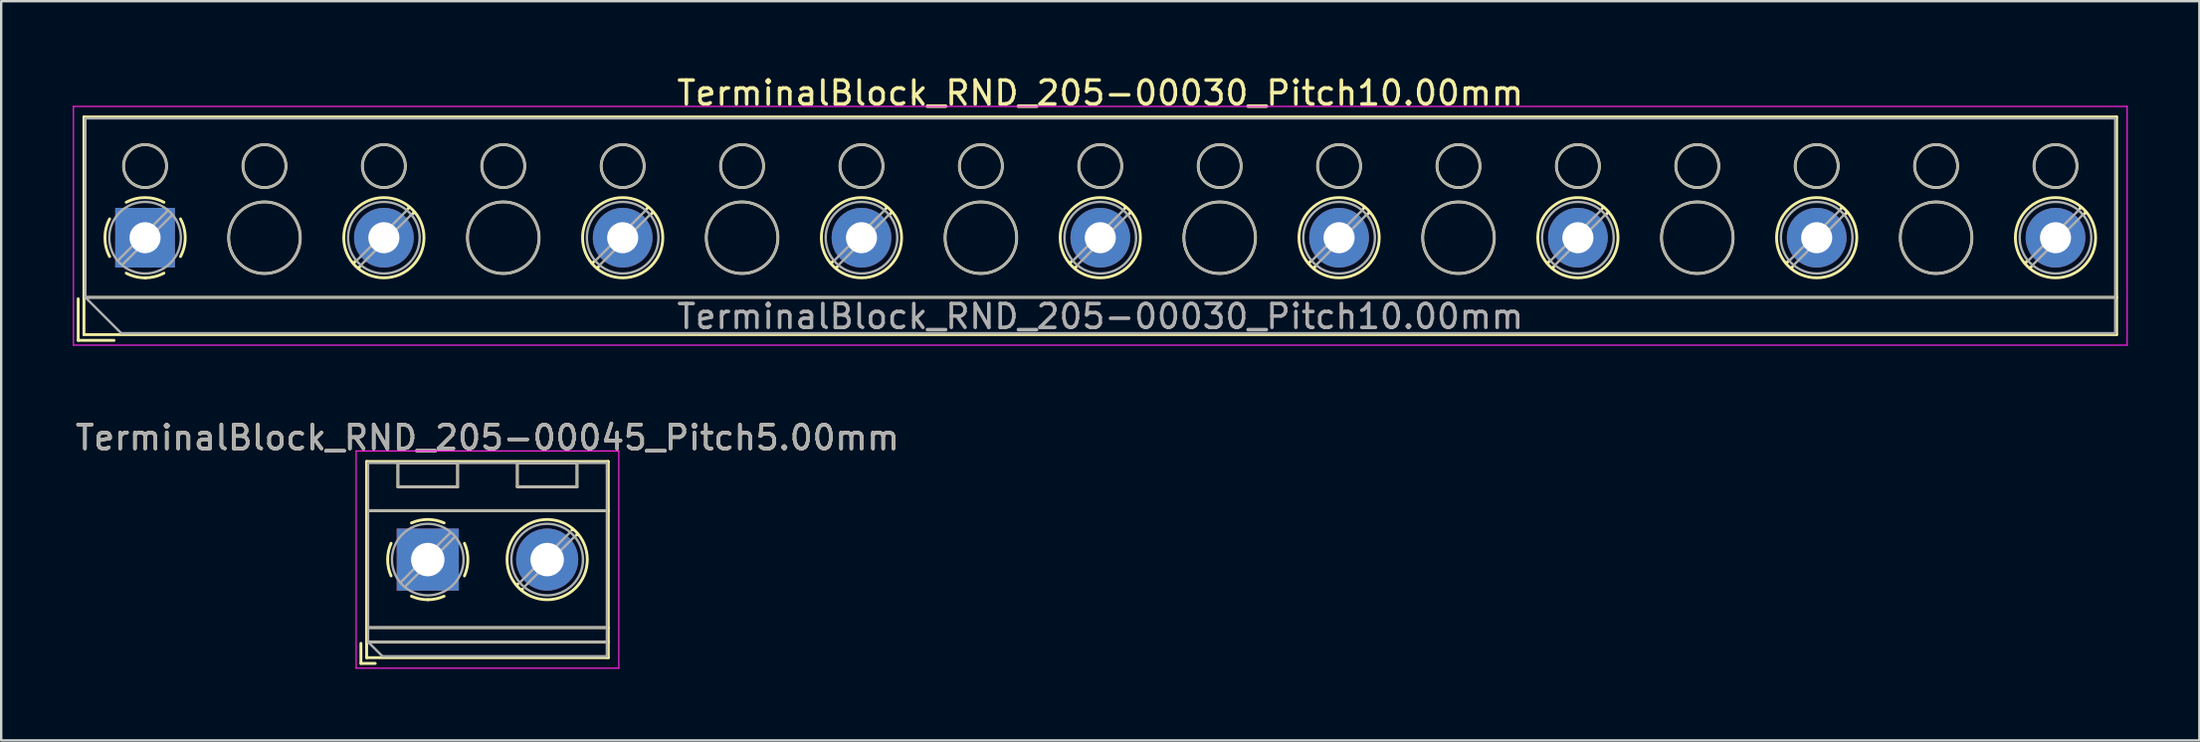
<source format=kicad_pcb>
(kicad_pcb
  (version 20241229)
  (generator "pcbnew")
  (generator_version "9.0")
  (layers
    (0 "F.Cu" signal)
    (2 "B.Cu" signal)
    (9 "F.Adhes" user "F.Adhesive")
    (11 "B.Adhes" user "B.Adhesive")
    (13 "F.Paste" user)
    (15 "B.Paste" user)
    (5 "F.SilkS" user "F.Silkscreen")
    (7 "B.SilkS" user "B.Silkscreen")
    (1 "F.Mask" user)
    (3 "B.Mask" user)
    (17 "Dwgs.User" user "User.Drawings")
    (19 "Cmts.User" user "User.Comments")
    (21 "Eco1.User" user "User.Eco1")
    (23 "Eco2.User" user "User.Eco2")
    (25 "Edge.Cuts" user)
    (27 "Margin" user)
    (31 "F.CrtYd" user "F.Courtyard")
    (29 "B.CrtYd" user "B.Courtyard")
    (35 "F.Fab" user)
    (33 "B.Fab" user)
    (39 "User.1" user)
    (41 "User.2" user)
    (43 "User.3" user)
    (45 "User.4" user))
  (footprint "TerminalBlock_RND_205-00030_Pitch10.00mm"
    (layer "F.Cu")
    (at 3.025 6.908)
    (property "Reference" "TerminalBlock_RND_205-00030_Pitch10.00mm" (at 40 -6.06 0) (layer "F.SilkS") (effects (font (size 1 1) (thickness 0.15))))
    (attr through_hole)
    (fp_line (start -2.8 2.56) (end -2.8 4.3) (stroke (width 0.12) (type solid)) (layer "F.SilkS"))
    (fp_line (start -2.8 4.3) (end -1.3 4.3) (stroke (width 0.12) (type solid)) (layer "F.SilkS"))
    (fp_line (start -2.56 -5.06) (end -2.56 4.06) (stroke (width 0.12) (type solid)) (layer "F.SilkS"))
    (fp_line (start -2.56 2.5) (end 82.56 2.5) (stroke (width 0.12) (type solid)) (layer "F.SilkS"))
    (fp_line (start -2.56 4.06) (end 82.56 4.06) (stroke (width 0.12) (type solid)) (layer "F.SilkS"))
    (fp_line (start 8.82 0.976) (end 8.726 1.069) (stroke (width 0.12) (type solid)) (layer "F.SilkS"))
    (fp_line (start 8.99 1.216) (end 8.931 1.274) (stroke (width 0.12) (type solid)) (layer "F.SilkS"))
    (fp_line (start 11.07 -1.275) (end 11.011 -1.216) (stroke (width 0.12) (type solid)) (layer "F.SilkS"))
    (fp_line (start 11.275 -1.069) (end 11.181 -0.976) (stroke (width 0.12) (type solid)) (layer "F.SilkS"))
    (fp_line (start 18.82 0.976) (end 18.726 1.069) (stroke (width 0.12) (type solid)) (layer "F.SilkS"))
    (fp_line (start 18.99 1.216) (end 18.931 1.274) (stroke (width 0.12) (type solid)) (layer "F.SilkS"))
    (fp_line (start 21.07 -1.275) (end 21.011 -1.216) (stroke (width 0.12) (type solid)) (layer "F.SilkS"))
    (fp_line (start 21.275 -1.069) (end 21.181 -0.976) (stroke (width 0.12) (type solid)) (layer "F.SilkS"))
    (fp_line (start 28.82 0.976) (end 28.726 1.069) (stroke (width 0.12) (type solid)) (layer "F.SilkS"))
    (fp_line (start 28.99 1.216) (end 28.931 1.274) (stroke (width 0.12) (type solid)) (layer "F.SilkS"))
    (fp_line (start 31.07 -1.275) (end 31.011 -1.216) (stroke (width 0.12) (type solid)) (layer "F.SilkS"))
    (fp_line (start 31.275 -1.069) (end 31.181 -0.976) (stroke (width 0.12) (type solid)) (layer "F.SilkS"))
    (fp_line (start 38.82 0.976) (end 38.726 1.069) (stroke (width 0.12) (type solid)) (layer "F.SilkS"))
    (fp_line (start 38.99 1.216) (end 38.931 1.274) (stroke (width 0.12) (type solid)) (layer "F.SilkS"))
    (fp_line (start 41.07 -1.275) (end 41.011 -1.216) (stroke (width 0.12) (type solid)) (layer "F.SilkS"))
    (fp_line (start 41.275 -1.069) (end 41.181 -0.976) (stroke (width 0.12) (type solid)) (layer "F.SilkS"))
    (fp_line (start 48.82 0.976) (end 48.726 1.069) (stroke (width 0.12) (type solid)) (layer "F.SilkS"))
    (fp_line (start 48.99 1.216) (end 48.931 1.274) (stroke (width 0.12) (type solid)) (layer "F.SilkS"))
    (fp_line (start 51.07 -1.275) (end 51.011 -1.216) (stroke (width 0.12) (type solid)) (layer "F.SilkS"))
    (fp_line (start 51.275 -1.069) (end 51.181 -0.976) (stroke (width 0.12) (type solid)) (layer "F.SilkS"))
    (fp_line (start 58.82 0.976) (end 58.726 1.069) (stroke (width 0.12) (type solid)) (layer "F.SilkS"))
    (fp_line (start 58.99 1.216) (end 58.931 1.274) (stroke (width 0.12) (type solid)) (layer "F.SilkS"))
    (fp_line (start 61.07 -1.275) (end 61.011 -1.216) (stroke (width 0.12) (type solid)) (layer "F.SilkS"))
    (fp_line (start 61.275 -1.069) (end 61.181 -0.976) (stroke (width 0.12) (type solid)) (layer "F.SilkS"))
    (fp_line (start 68.82 0.976) (end 68.726 1.069) (stroke (width 0.12) (type solid)) (layer "F.SilkS"))
    (fp_line (start 68.99 1.216) (end 68.931 1.274) (stroke (width 0.12) (type solid)) (layer "F.SilkS"))
    (fp_line (start 71.07 -1.275) (end 71.011 -1.216) (stroke (width 0.12) (type solid)) (layer "F.SilkS"))
    (fp_line (start 71.275 -1.069) (end 71.181 -0.976) (stroke (width 0.12) (type solid)) (layer "F.SilkS"))
    (fp_line (start 78.82 0.976) (end 78.726 1.069) (stroke (width 0.12) (type solid)) (layer "F.SilkS"))
    (fp_line (start 78.99 1.216) (end 78.931 1.274) (stroke (width 0.12) (type solid)) (layer "F.SilkS"))
    (fp_line (start 81.07 -1.275) (end 81.011 -1.216) (stroke (width 0.12) (type solid)) (layer "F.SilkS"))
    (fp_line (start 81.275 -1.069) (end 81.181 -0.976) (stroke (width 0.12) (type solid)) (layer "F.SilkS"))
    (fp_line (start 82.56 -5.06) (end -2.56 -5.06) (stroke (width 0.12) (type solid)) (layer "F.SilkS"))
    (fp_line (start 82.56 4.06) (end 82.56 -5.06) (stroke (width 0.12) (type solid)) (layer "F.SilkS"))
    (fp_arc (start -1.483953 0.789089) (mid -1.680708 0.00005) (end -1.484 -0.789) (stroke (width 0.12) (type solid)) (layer "F.SilkS"))
    (fp_arc (start -0.789089 -1.483953) (mid -0.00005 -1.680708) (end 0.789 -1.484) (stroke (width 0.12) (type solid)) (layer "F.SilkS"))
    (fp_arc (start 0.029383 1.68045) (mid -0.392304 1.634281) (end -0.789 1.484) (stroke (width 0.12) (type solid)) (layer "F.SilkS"))
    (fp_arc (start 0.788712 1.483352) (mid 0.406429 1.630097) (end 0 1.68) (stroke (width 0.12) (type solid)) (layer "F.SilkS"))
    (fp_arc (start 1.483953 -0.789089) (mid 1.680708 -0.00005) (end 1.484 0.789) (stroke (width 0.12) (type solid)) (layer "F.SilkS"))
    (fp_circle (center 0 -3) (end 0.9 -3) (stroke (width 0.12) (type solid)) (fill no) (layer "F.SilkS"))
    (fp_circle (center 5 -3) (end 5.9 -3) (stroke (width 0.12) (type solid)) (fill no) (layer "F.SilkS"))
    (fp_circle (center 5 0) (end 6.5 0) (stroke (width 0.12) (type solid)) (fill no) (layer "F.SilkS"))
    (fp_circle (center 10 -3) (end 10.9 -3) (stroke (width 0.12) (type solid)) (fill no) (layer "F.SilkS"))
    (fp_circle (center 10 0) (end 11.68 0) (stroke (width 0.12) (type solid)) (fill no) (layer "F.SilkS"))
    (fp_circle (center 15 -3) (end 15.9 -3) (stroke (width 0.12) (type solid)) (fill no) (layer "F.SilkS"))
    (fp_circle (center 15 0) (end 16.5 0) (stroke (width 0.12) (type solid)) (fill no) (layer "F.SilkS"))
    (fp_circle (center 20 -3) (end 20.9 -3) (stroke (width 0.12) (type solid)) (fill no) (layer "F.SilkS"))
    (fp_circle (center 20 0) (end 21.68 0) (stroke (width 0.12) (type solid)) (fill no) (layer "F.SilkS"))
    (fp_circle (center 25 -3) (end 25.9 -3) (stroke (width 0.12) (type solid)) (fill no) (layer "F.SilkS"))
    (fp_circle (center 25 0) (end 26.5 0) (stroke (width 0.12) (type solid)) (fill no) (layer "F.SilkS"))
    (fp_circle (center 30 -3) (end 30.9 -3) (stroke (width 0.12) (type solid)) (fill no) (layer "F.SilkS"))
    (fp_circle (center 30 0) (end 31.68 0) (stroke (width 0.12) (type solid)) (fill no) (layer "F.SilkS"))
    (fp_circle (center 35 -3) (end 35.9 -3) (stroke (width 0.12) (type solid)) (fill no) (layer "F.SilkS"))
    (fp_circle (center 35 0) (end 36.5 0) (stroke (width 0.12) (type solid)) (fill no) (layer "F.SilkS"))
    (fp_circle (center 40 -3) (end 40.9 -3) (stroke (width 0.12) (type solid)) (fill no) (layer "F.SilkS"))
    (fp_circle (center 40 0) (end 41.68 0) (stroke (width 0.12) (type solid)) (fill no) (layer "F.SilkS"))
    (fp_circle (center 45 -3) (end 45.9 -3) (stroke (width 0.12) (type solid)) (fill no) (layer "F.SilkS"))
    (fp_circle (center 45 0) (end 46.5 0) (stroke (width 0.12) (type solid)) (fill no) (layer "F.SilkS"))
    (fp_circle (center 50 -3) (end 50.9 -3) (stroke (width 0.12) (type solid)) (fill no) (layer "F.SilkS"))
    (fp_circle (center 50 0) (end 51.68 0) (stroke (width 0.12) (type solid)) (fill no) (layer "F.SilkS"))
    (fp_circle (center 55 -3) (end 55.9 -3) (stroke (width 0.12) (type solid)) (fill no) (layer "F.SilkS"))
    (fp_circle (center 55 0) (end 56.5 0) (stroke (width 0.12) (type solid)) (fill no) (layer "F.SilkS"))
    (fp_circle (center 60 -3) (end 60.9 -3) (stroke (width 0.12) (type solid)) (fill no) (layer "F.SilkS"))
    (fp_circle (center 60 0) (end 61.68 0) (stroke (width 0.12) (type solid)) (fill no) (layer "F.SilkS"))
    (fp_circle (center 65 -3) (end 65.9 -3) (stroke (width 0.12) (type solid)) (fill no) (layer "F.SilkS"))
    (fp_circle (center 65 0) (end 66.5 0) (stroke (width 0.12) (type solid)) (fill no) (layer "F.SilkS"))
    (fp_circle (center 70 -3) (end 70.9 -3) (stroke (width 0.12) (type solid)) (fill no) (layer "F.SilkS"))
    (fp_circle (center 70 0) (end 71.68 0) (stroke (width 0.12) (type solid)) (fill no) (layer "F.SilkS"))
    (fp_circle (center 75 -3) (end 75.9 -3) (stroke (width 0.12) (type solid)) (fill no) (layer "F.SilkS"))
    (fp_circle (center 75 0) (end 76.5 0) (stroke (width 0.12) (type solid)) (fill no) (layer "F.SilkS"))
    (fp_circle (center 80 -3) (end 80.9 -3) (stroke (width 0.12) (type solid)) (fill no) (layer "F.SilkS"))
    (fp_circle (center 80 0) (end 81.68 0) (stroke (width 0.12) (type solid)) (fill no) (layer "F.SilkS"))
    (fp_line (start -3 -5.5) (end -3 4.5) (stroke (width 0.05) (type solid)) (layer "F.CrtYd"))
    (fp_line (start -3 4.5) (end 83 4.5) (stroke (width 0.05) (type solid)) (layer "F.CrtYd"))
    (fp_line (start 83 -5.5) (end -3 -5.5) (stroke (width 0.05) (type solid)) (layer "F.CrtYd"))
    (fp_line (start 83 4.5) (end 83 -5.5) (stroke (width 0.05) (type solid)) (layer "F.CrtYd"))
    (fp_line (start -2.5 -5) (end 82.5 -5) (stroke (width 0.1) (type solid)) (layer "F.Fab"))
    (fp_line (start -2.5 2.5) (end -2.5 -5) (stroke (width 0.1) (type solid)) (layer "F.Fab"))
    (fp_line (start -2.5 2.5) (end 82.5 2.5) (stroke (width 0.1) (type solid)) (layer "F.Fab"))
    (fp_line (start -1 4) (end -2.5 2.5) (stroke (width 0.1) (type solid)) (layer "F.Fab"))
    (fp_line (start 0.955 -1.138) (end -1.138 0.955) (stroke (width 0.1) (type solid)) (layer "F.Fab"))
    (fp_line (start 1.138 -0.955) (end -0.955 1.138) (stroke (width 0.1) (type solid)) (layer "F.Fab"))
    (fp_line (start 10.955 -1.138) (end 8.863 0.955) (stroke (width 0.1) (type solid)) (layer "F.Fab"))
    (fp_line (start 11.138 -0.955) (end 9.046 1.138) (stroke (width 0.1) (type solid)) (layer "F.Fab"))
    (fp_line (start 20.955 -1.138) (end 18.863 0.955) (stroke (width 0.1) (type solid)) (layer "F.Fab"))
    (fp_line (start 21.138 -0.955) (end 19.046 1.138) (stroke (width 0.1) (type solid)) (layer "F.Fab"))
    (fp_line (start 30.955 -1.138) (end 28.863 0.955) (stroke (width 0.1) (type solid)) (layer "F.Fab"))
    (fp_line (start 31.138 -0.955) (end 29.046 1.138) (stroke (width 0.1) (type solid)) (layer "F.Fab"))
    (fp_line (start 40.955 -1.138) (end 38.863 0.955) (stroke (width 0.1) (type solid)) (layer "F.Fab"))
    (fp_line (start 41.138 -0.955) (end 39.046 1.138) (stroke (width 0.1) (type solid)) (layer "F.Fab"))
    (fp_line (start 50.955 -1.138) (end 48.863 0.955) (stroke (width 0.1) (type solid)) (layer "F.Fab"))
    (fp_line (start 51.138 -0.955) (end 49.046 1.138) (stroke (width 0.1) (type solid)) (layer "F.Fab"))
    (fp_line (start 60.955 -1.138) (end 58.863 0.955) (stroke (width 0.1) (type solid)) (layer "F.Fab"))
    (fp_line (start 61.138 -0.955) (end 59.046 1.138) (stroke (width 0.1) (type solid)) (layer "F.Fab"))
    (fp_line (start 70.955 -1.138) (end 68.863 0.955) (stroke (width 0.1) (type solid)) (layer "F.Fab"))
    (fp_line (start 71.138 -0.955) (end 69.046 1.138) (stroke (width 0.1) (type solid)) (layer "F.Fab"))
    (fp_line (start 80.955 -1.138) (end 78.863 0.955) (stroke (width 0.1) (type solid)) (layer "F.Fab"))
    (fp_line (start 81.138 -0.955) (end 79.046 1.138) (stroke (width 0.1) (type solid)) (layer "F.Fab"))
    (fp_line (start 82.5 -5) (end 82.5 4) (stroke (width 0.1) (type solid)) (layer "F.Fab"))
    (fp_line (start 82.5 4) (end -1 4) (stroke (width 0.1) (type solid)) (layer "F.Fab"))
    (fp_circle (center 0 -3) (end 0.9 -3) (stroke (width 0.1) (type solid)) (fill no) (layer "F.Fab"))
    (fp_circle (center 0 0) (end 1.5 0) (stroke (width 0.1) (type solid)) (fill no) (layer "F.Fab"))
    (fp_circle (center 5 -3) (end 5.9 -3) (stroke (width 0.1) (type solid)) (fill no) (layer "F.Fab"))
    (fp_circle (center 5 0) (end 6.5 0) (stroke (width 0.1) (type solid)) (fill no) (layer "F.Fab"))
    (fp_circle (center 10 -3) (end 10.9 -3) (stroke (width 0.1) (type solid)) (fill no) (layer "F.Fab"))
    (fp_circle (center 10 0) (end 11.5 0) (stroke (width 0.1) (type solid)) (fill no) (layer "F.Fab"))
    (fp_circle (center 15 -3) (end 15.9 -3) (stroke (width 0.1) (type solid)) (fill no) (layer "F.Fab"))
    (fp_circle (center 15 0) (end 16.5 0) (stroke (width 0.1) (type solid)) (fill no) (layer "F.Fab"))
    (fp_circle (center 20 -3) (end 20.9 -3) (stroke (width 0.1) (type solid)) (fill no) (layer "F.Fab"))
    (fp_circle (center 20 0) (end 21.5 0) (stroke (width 0.1) (type solid)) (fill no) (layer "F.Fab"))
    (fp_circle (center 25 -3) (end 25.9 -3) (stroke (width 0.1) (type solid)) (fill no) (layer "F.Fab"))
    (fp_circle (center 25 0) (end 26.5 0) (stroke (width 0.1) (type solid)) (fill no) (layer "F.Fab"))
    (fp_circle (center 30 -3) (end 30.9 -3) (stroke (width 0.1) (type solid)) (fill no) (layer "F.Fab"))
    (fp_circle (center 30 0) (end 31.5 0) (stroke (width 0.1) (type solid)) (fill no) (layer "F.Fab"))
    (fp_circle (center 35 -3) (end 35.9 -3) (stroke (width 0.1) (type solid)) (fill no) (layer "F.Fab"))
    (fp_circle (center 35 0) (end 36.5 0) (stroke (width 0.1) (type solid)) (fill no) (layer "F.Fab"))
    (fp_circle (center 40 -3) (end 40.9 -3) (stroke (width 0.1) (type solid)) (fill no) (layer "F.Fab"))
    (fp_circle (center 40 0) (end 41.5 0) (stroke (width 0.1) (type solid)) (fill no) (layer "F.Fab"))
    (fp_circle (center 45 -3) (end 45.9 -3) (stroke (width 0.1) (type solid)) (fill no) (layer "F.Fab"))
    (fp_circle (center 45 0) (end 46.5 0) (stroke (width 0.1) (type solid)) (fill no) (layer "F.Fab"))
    (fp_circle (center 50 -3) (end 50.9 -3) (stroke (width 0.1) (type solid)) (fill no) (layer "F.Fab"))
    (fp_circle (center 50 0) (end 51.5 0) (stroke (width 0.1) (type solid)) (fill no) (layer "F.Fab"))
    (fp_circle (center 55 -3) (end 55.9 -3) (stroke (width 0.1) (type solid)) (fill no) (layer "F.Fab"))
    (fp_circle (center 55 0) (end 56.5 0) (stroke (width 0.1) (type solid)) (fill no) (layer "F.Fab"))
    (fp_circle (center 60 -3) (end 60.9 -3) (stroke (width 0.1) (type solid)) (fill no) (layer "F.Fab"))
    (fp_circle (center 60 0) (end 61.5 0) (stroke (width 0.1) (type solid)) (fill no) (layer "F.Fab"))
    (fp_circle (center 65 -3) (end 65.9 -3) (stroke (width 0.1) (type solid)) (fill no) (layer "F.Fab"))
    (fp_circle (center 65 0) (end 66.5 0) (stroke (width 0.1) (type solid)) (fill no) (layer "F.Fab"))
    (fp_circle (center 70 -3) (end 70.9 -3) (stroke (width 0.1) (type solid)) (fill no) (layer "F.Fab"))
    (fp_circle (center 70 0) (end 71.5 0) (stroke (width 0.1) (type solid)) (fill no) (layer "F.Fab"))
    (fp_circle (center 75 -3) (end 75.9 -3) (stroke (width 0.1) (type solid)) (fill no) (layer "F.Fab"))
    (fp_circle (center 75 0) (end 76.5 0) (stroke (width 0.1) (type solid)) (fill no) (layer "F.Fab"))
    (fp_circle (center 80 -3) (end 80.9 -3) (stroke (width 0.1) (type solid)) (fill no) (layer "F.Fab"))
    (fp_circle (center 80 0) (end 81.5 0) (stroke (width 0.1) (type solid)) (fill no) (layer "F.Fab"))
    (fp_text user "${REFERENCE}" (at 40 3.3 0) (layer "F.Fab") (effects (font (size 1 1) (thickness 0.15))))
    (pad "1" thru_hole rect (at 0 0) (size 2.5 2.5) (drill 1.3) (layers "*.Cu" "*.Mask"))
    (pad "2" thru_hole circle (at 10 0) (size 2.5 2.5) (drill 1.3) (layers "*.Cu" "*.Mask"))
    (pad "3" thru_hole circle (at 20 0) (size 2.5 2.5) (drill 1.3) (layers "*.Cu" "*.Mask"))
    (pad "4" thru_hole circle (at 30 0) (size 2.5 2.5) (drill 1.3) (layers "*.Cu" "*.Mask"))
    (pad "5" thru_hole circle (at 40 0) (size 2.5 2.5) (drill 1.3) (layers "*.Cu" "*.Mask"))
    (pad "6" thru_hole circle (at 50 0) (size 2.5 2.5) (drill 1.3) (layers "*.Cu" "*.Mask"))
    (pad "7" thru_hole circle (at 60 0) (size 2.5 2.5) (drill 1.3) (layers "*.Cu" "*.Mask"))
    (pad "8" thru_hole circle (at 70 0) (size 2.5 2.5) (drill 1.3) (layers "*.Cu" "*.Mask"))
    (pad "9" thru_hole circle (at 80 0) (size 2.5 2.5) (drill 1.3) (layers "*.Cu" "*.Mask")))
  (footprint "TerminalBlock_RND_205-00045_Pitch5.00mm"
    (layer "F.Cu")
    (at 14.863 20.392)
    (property "Reference" "TerminalBlock_RND_205-00045_Pitch5.00mm" (at 2.5 -5.11 0) (layer "F.SilkS") (effects (font (size 1 1) (thickness 0.15))))
    (attr through_hole)
    (fp_line (start -2.8 3.51) (end -2.8 4.35) (stroke (width 0.12) (type solid)) (layer "F.SilkS"))
    (fp_line (start -2.8 4.35) (end -2.2 4.35) (stroke (width 0.12) (type solid)) (layer "F.SilkS"))
    (fp_line (start -2.56 -4.11) (end -2.56 4.11) (stroke (width 0.12) (type solid)) (layer "F.SilkS"))
    (fp_line (start -2.56 -2.05) (end 7.56 -2.05) (stroke (width 0.12) (type solid)) (layer "F.SilkS"))
    (fp_line (start -2.56 2.85) (end 7.56 2.85) (stroke (width 0.12) (type solid)) (layer "F.SilkS"))
    (fp_line (start -2.56 3.45) (end 7.56 3.45) (stroke (width 0.12) (type solid)) (layer "F.SilkS"))
    (fp_line (start -2.56 4.11) (end 7.56 4.11) (stroke (width 0.12) (type solid)) (layer "F.SilkS"))
    (fp_line (start -1.25 -4.05) (end -1.25 -3.05) (stroke (width 0.12) (type solid)) (layer "F.SilkS"))
    (fp_line (start -1.25 -4.05) (end 1.25 -4.05) (stroke (width 0.12) (type solid)) (layer "F.SilkS"))
    (fp_line (start -1.25 -3.05) (end 1.25 -3.05) (stroke (width 0.12) (type solid)) (layer "F.SilkS"))
    (fp_line (start 1.25 -4.05) (end 1.25 -3.05) (stroke (width 0.12) (type solid)) (layer "F.SilkS"))
    (fp_line (start 3.75 -4.05) (end 3.75 -3.05) (stroke (width 0.12) (type solid)) (layer "F.SilkS"))
    (fp_line (start 3.75 -4.05) (end 6.25 -4.05) (stroke (width 0.12) (type solid)) (layer "F.SilkS"))
    (fp_line (start 3.75 -3.05) (end 6.25 -3.05) (stroke (width 0.12) (type solid)) (layer "F.SilkS"))
    (fp_line (start 3.773 1.023) (end 3.726 1.069) (stroke (width 0.12) (type solid)) (layer "F.SilkS"))
    (fp_line (start 3.966 1.239) (end 3.931 1.274) (stroke (width 0.12) (type solid)) (layer "F.SilkS"))
    (fp_line (start 6.07 -1.275) (end 6.035 -1.239) (stroke (width 0.12) (type solid)) (layer "F.SilkS"))
    (fp_line (start 6.25 -4.05) (end 6.25 -3.05) (stroke (width 0.12) (type solid)) (layer "F.SilkS"))
    (fp_line (start 6.275 -1.069) (end 6.228 -1.023) (stroke (width 0.12) (type solid)) (layer "F.SilkS"))
    (fp_line (start 7.56 -4.11) (end -2.56 -4.11) (stroke (width 0.12) (type solid)) (layer "F.SilkS"))
    (fp_line (start 7.56 4.11) (end 7.56 -4.11) (stroke (width 0.12) (type solid)) (layer "F.SilkS"))
    (fp_arc (start -1.535427 0.683042) (mid -1.680501 -0.000524) (end -1.535 -0.684) (stroke (width 0.12) (type solid)) (layer "F.SilkS"))
    (fp_arc (start -0.683042 -1.535427) (mid 0.000524 -1.680501) (end 0.684 -1.535) (stroke (width 0.12) (type solid)) (layer "F.SilkS"))
    (fp_arc (start 0.028805 1.680253) (mid -0.335551 1.646659) (end -0.684 1.535) (stroke (width 0.12) (type solid)) (layer "F.SilkS"))
    (fp_arc (start 0.683318 1.534756) (mid 0.349292 1.643288) (end 0 1.68) (stroke (width 0.12) (type solid)) (layer "F.SilkS"))
    (fp_arc (start 1.535427 -0.683042) (mid 1.680501 0.000524) (end 1.535 0.684) (stroke (width 0.12) (type solid)) (layer "F.SilkS"))
    (fp_circle (center 5 0) (end 6.68 0) (stroke (width 0.12) (type solid)) (fill no) (layer "F.SilkS"))
    (fp_line (start -3 -4.55) (end -3 4.55) (stroke (width 0.05) (type solid)) (layer "F.CrtYd"))
    (fp_line (start -3 4.55) (end 8 4.55) (stroke (width 0.05) (type solid)) (layer "F.CrtYd"))
    (fp_line (start 8 -4.55) (end -3 -4.55) (stroke (width 0.05) (type solid)) (layer "F.CrtYd"))
    (fp_line (start 8 4.55) (end 8 -4.55) (stroke (width 0.05) (type solid)) (layer "F.CrtYd"))
    (fp_line (start -2.5 -4.05) (end 7.5 -4.05) (stroke (width 0.1) (type solid)) (layer "F.Fab"))
    (fp_line (start -2.5 -2.05) (end 7.5 -2.05) (stroke (width 0.1) (type solid)) (layer "F.Fab"))
    (fp_line (start -2.5 2.85) (end 7.5 2.85) (stroke (width 0.1) (type solid)) (layer "F.Fab"))
    (fp_line (start -2.5 3.45) (end -2.5 -4.05) (stroke (width 0.1) (type solid)) (layer "F.Fab"))
    (fp_line (start -2.5 3.45) (end 7.5 3.45) (stroke (width 0.1) (type solid)) (layer "F.Fab"))
    (fp_line (start -1.9 4.05) (end -2.5 3.45) (stroke (width 0.1) (type solid)) (layer "F.Fab"))
    (fp_line (start -1.25 -4.05) (end -1.25 -3.05) (stroke (width 0.1) (type solid)) (layer "F.Fab"))
    (fp_line (start -1.25 -3.05) (end 1.25 -3.05) (stroke (width 0.1) (type solid)) (layer "F.Fab"))
    (fp_line (start 0.955 -1.138) (end -1.138 0.955) (stroke (width 0.1) (type solid)) (layer "F.Fab"))
    (fp_line (start 1.138 -0.955) (end -0.955 1.138) (stroke (width 0.1) (type solid)) (layer "F.Fab"))
    (fp_line (start 1.25 -4.05) (end -1.25 -4.05) (stroke (width 0.1) (type solid)) (layer "F.Fab"))
    (fp_line (start 1.25 -3.05) (end 1.25 -4.05) (stroke (width 0.1) (type solid)) (layer "F.Fab"))
    (fp_line (start 3.75 -4.05) (end 3.75 -3.05) (stroke (width 0.1) (type solid)) (layer "F.Fab"))
    (fp_line (start 3.75 -3.05) (end 6.25 -3.05) (stroke (width 0.1) (type solid)) (layer "F.Fab"))
    (fp_line (start 5.955 -1.138) (end 3.863 0.955) (stroke (width 0.1) (type solid)) (layer "F.Fab"))
    (fp_line (start 6.138 -0.955) (end 4.046 1.138) (stroke (width 0.1) (type solid)) (layer "F.Fab"))
    (fp_line (start 6.25 -4.05) (end 3.75 -4.05) (stroke (width 0.1) (type solid)) (layer "F.Fab"))
    (fp_line (start 6.25 -3.05) (end 6.25 -4.05) (stroke (width 0.1) (type solid)) (layer "F.Fab"))
    (fp_line (start 7.5 -4.05) (end 7.5 4.05) (stroke (width 0.1) (type solid)) (layer "F.Fab"))
    (fp_line (start 7.5 4.05) (end -1.9 4.05) (stroke (width 0.1) (type solid)) (layer "F.Fab"))
    (fp_circle (center 0 0) (end 1.5 0) (stroke (width 0.1) (type solid)) (fill no) (layer "F.Fab"))
    (fp_circle (center 5 0) (end 6.5 0) (stroke (width 0.1) (type solid)) (fill no) (layer "F.Fab"))
    (fp_text user "${REFERENCE}" (at 2.5 -5.11 0) (layer "F.Fab") (effects (font (size 1 1) (thickness 0.15))))
    (pad "1" thru_hole rect (at 0 0) (size 2.6 2.6) (drill 1.4) (layers "*.Cu" "*.Mask"))
    (pad "2" thru_hole circle (at 5 0) (size 2.6 2.6) (drill 1.4) (layers "*.Cu" "*.Mask")))
  (gr_rect
    (start -3 -3)
    (end 89.05 27.966)
    (stroke (width 0.1) (type default))
    (fill no)
    (layer "Edge.Cuts")))
</source>
